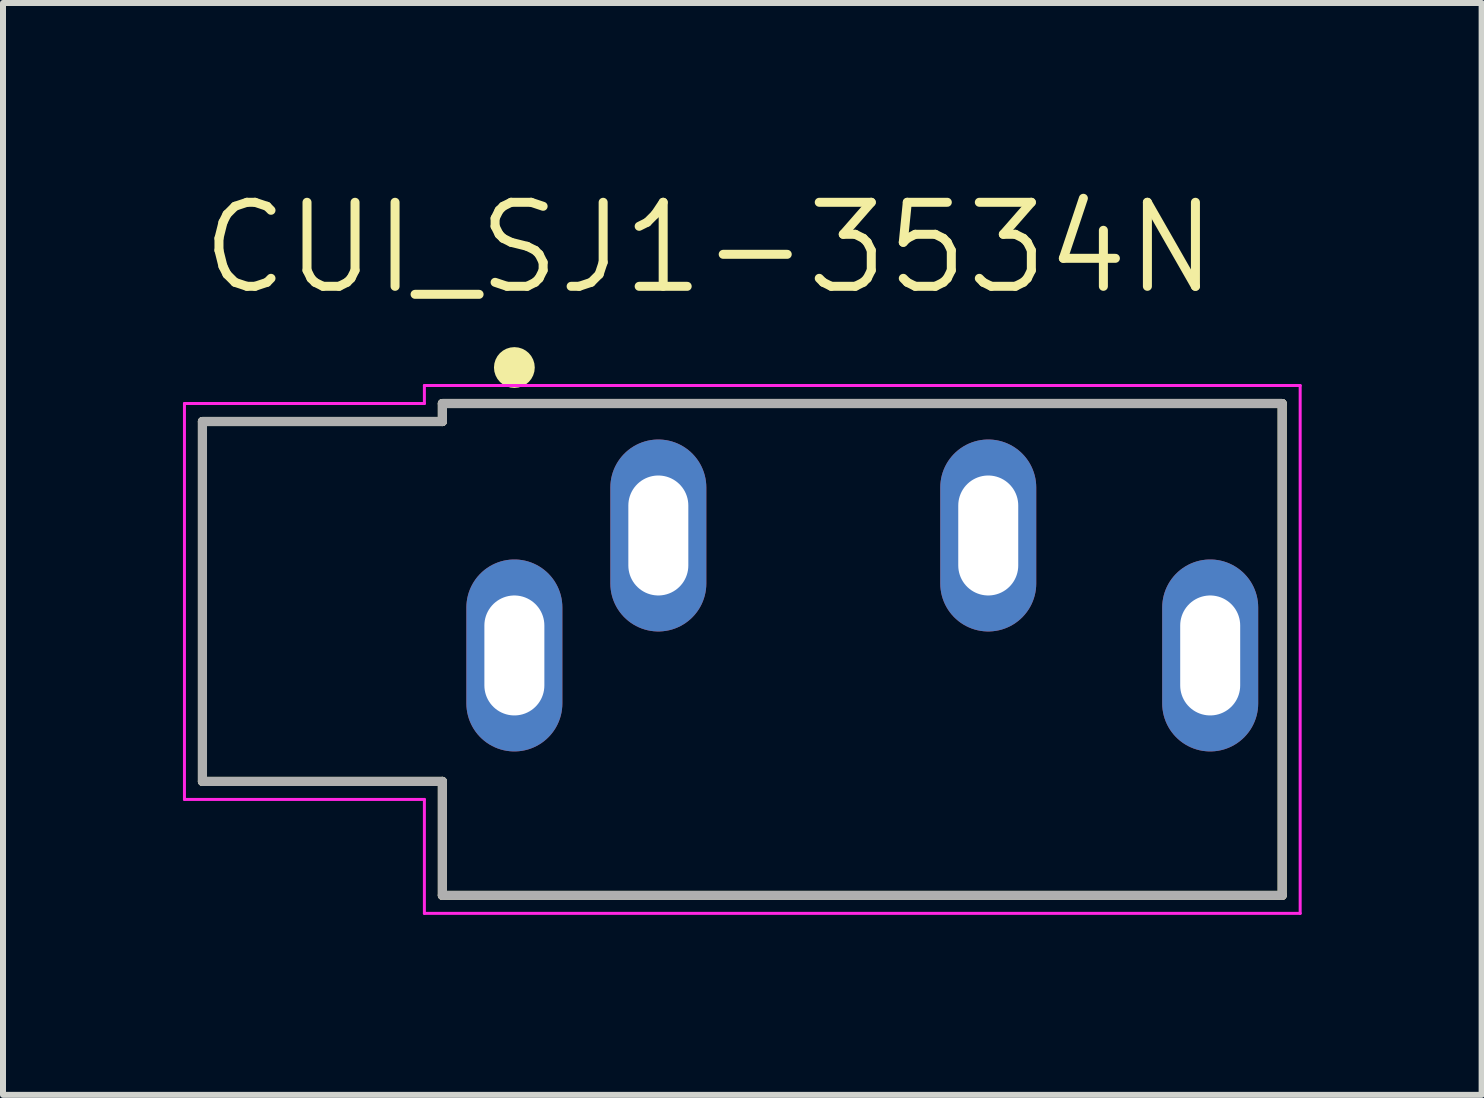
<source format=kicad_pcb>
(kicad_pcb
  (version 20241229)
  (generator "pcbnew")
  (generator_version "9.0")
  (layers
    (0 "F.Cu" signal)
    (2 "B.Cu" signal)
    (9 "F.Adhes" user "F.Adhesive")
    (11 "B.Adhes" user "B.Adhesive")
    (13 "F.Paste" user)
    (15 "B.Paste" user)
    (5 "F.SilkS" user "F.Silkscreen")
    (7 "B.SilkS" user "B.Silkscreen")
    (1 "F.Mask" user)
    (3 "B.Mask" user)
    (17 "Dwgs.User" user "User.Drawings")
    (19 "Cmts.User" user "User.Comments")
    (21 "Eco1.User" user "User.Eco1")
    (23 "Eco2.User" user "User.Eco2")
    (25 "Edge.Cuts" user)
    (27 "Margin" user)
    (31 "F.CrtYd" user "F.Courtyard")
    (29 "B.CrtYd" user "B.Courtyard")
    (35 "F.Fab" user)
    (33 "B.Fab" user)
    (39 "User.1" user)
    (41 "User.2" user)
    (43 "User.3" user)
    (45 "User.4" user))
  (footprint "CUI_SJ1-3534N"
    (layer "F.Cu")
    (at 5.525 7.877)
    (property "Reference" "CUI_SJ1-3534N" (at 3.248 -6.794 0) (layer "F.SilkS") (effects (font (size 1.401 1.401) (thickness 0.15))))
    (attr through_hole)
    (fp_line (start -5.2 -3.9) (end -1.2 -3.9) (stroke (width 0.152) (type solid)) (layer "F.SilkS"))
    (fp_line (start -5.2 2.1) (end -5.2 -3.9) (stroke (width 0.152) (type solid)) (layer "F.SilkS"))
    (fp_line (start -1.2 -4.2) (end 12.8 -4.2) (stroke (width 0.152) (type solid)) (layer "F.SilkS"))
    (fp_line (start -1.2 -3.9) (end -1.2 -4.2) (stroke (width 0.152) (type solid)) (layer "F.SilkS"))
    (fp_line (start -1.2 2.1) (end -5.2 2.1) (stroke (width 0.152) (type solid)) (layer "F.SilkS"))
    (fp_line (start -1.2 4) (end -1.2 2.1) (stroke (width 0.152) (type solid)) (layer "F.SilkS"))
    (fp_line (start 12.8 -4.2) (end 12.8 4) (stroke (width 0.152) (type solid)) (layer "F.SilkS"))
    (fp_line (start 12.8 4) (end -1.2 4) (stroke (width 0.152) (type solid)) (layer "F.SilkS"))
    (fp_circle (center 0 -4.8) (end 0.17 -4.8) (stroke (width 0.34) (type solid)) (fill no) (layer "F.SilkS"))
    (fp_line (start -5.5 -4.2) (end -1.5 -4.2) (stroke (width 0.05) (type solid)) (layer "F.CrtYd"))
    (fp_line (start -5.5 2.4) (end -5.5 -4.2) (stroke (width 0.05) (type solid)) (layer "F.CrtYd"))
    (fp_line (start -1.5 -4.5) (end 13.1 -4.5) (stroke (width 0.05) (type solid)) (layer "F.CrtYd"))
    (fp_line (start -1.5 -4.2) (end -1.5 -4.5) (stroke (width 0.05) (type solid)) (layer "F.CrtYd"))
    (fp_line (start -1.5 2.4) (end -5.5 2.4) (stroke (width 0.05) (type solid)) (layer "F.CrtYd"))
    (fp_line (start -1.5 4.3) (end -1.5 2.4) (stroke (width 0.05) (type solid)) (layer "F.CrtYd"))
    (fp_line (start 13.1 -4.5) (end 13.1 4.3) (stroke (width 0.05) (type solid)) (layer "F.CrtYd"))
    (fp_line (start 13.1 4.3) (end -1.5 4.3) (stroke (width 0.05) (type solid)) (layer "F.CrtYd"))
    (fp_line (start -5.2 -3.9) (end -1.2 -3.9) (stroke (width 0.152) (type solid)) (layer "F.Fab"))
    (fp_line (start -5.2 2.1) (end -5.2 -3.9) (stroke (width 0.152) (type solid)) (layer "F.Fab"))
    (fp_line (start -1.2 -4.2) (end 12.8 -4.2) (stroke (width 0.152) (type solid)) (layer "F.Fab"))
    (fp_line (start -1.2 -3.9) (end -1.2 -4.2) (stroke (width 0.152) (type solid)) (layer "F.Fab"))
    (fp_line (start -1.2 2.1) (end -5.2 2.1) (stroke (width 0.152) (type solid)) (layer "F.Fab"))
    (fp_line (start -1.2 4) (end -1.2 2.1) (stroke (width 0.152) (type solid)) (layer "F.Fab"))
    (fp_line (start 12.8 -4.2) (end 12.8 4) (stroke (width 0.152) (type solid)) (layer "F.Fab"))
    (fp_line (start 12.8 4) (end -1.2 4) (stroke (width 0.152) (type solid)) (layer "F.Fab"))
    (pad "1" thru_hole oval (at 0 0) (size 1.6 3.2) (drill oval 1 2) (layers "*.Cu" "*.Mask"))
    (pad "2" thru_hole oval (at 2.4 -2) (size 1.6 3.2) (drill oval 1 2) (layers "*.Cu" "*.Mask"))
    (pad "3" thru_hole oval (at 7.9 -2) (size 1.6 3.2) (drill oval 1 2) (layers "*.Cu" "*.Mask"))
    (pad "4" thru_hole oval (at 11.6 0) (size 1.6 3.2) (drill oval 1 2) (layers "*.Cu" "*.Mask")))
  (gr_rect
    (start -3 -3)
    (end 21.65 15.202)
    (stroke (width 0.1) (type default))
    (fill no)
    (layer "Edge.Cuts")))
</source>
